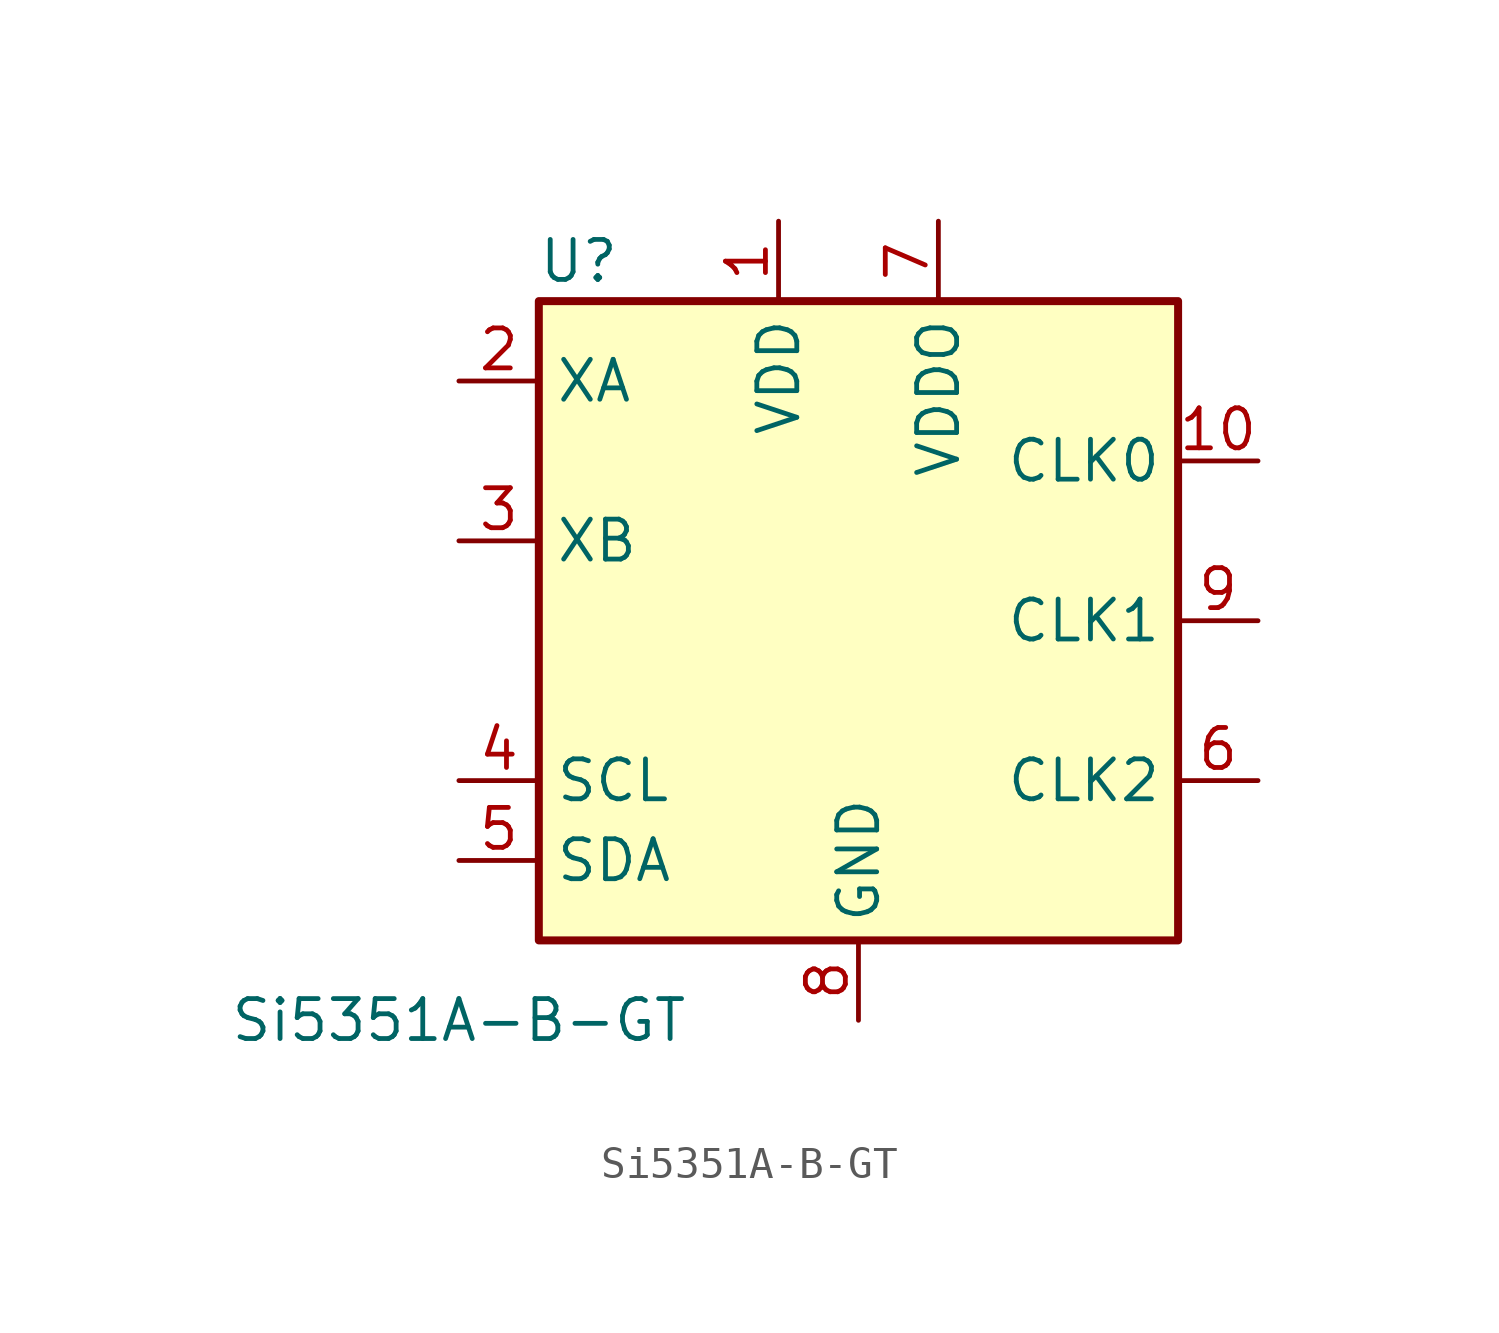
<source format=kicad_sym>
(kicad_symbol_lib
  (version 20241209)
  (generator "kicad_symbol_editor")
  (generator_version "9.0")
  (symbol "Si5351A-B-GT"
    (property "Reference" "U"
      (at -8.89 11.43 0)
      (effects (font (size 1.27 1.27))))
    (property "Value" "Si5351A-B-GT"
      (at -12.7 -12.7 0)
      (effects (font (size 1.27 1.27))))
    (symbol "Si5351A-B-GT_0_1"
      (rectangle (start -10.16 10.16) (end 10.16 -10.16) (stroke (width 0.254) (type default)) (fill (type background))))
    (symbol "Si5351A-B-GT_1_1"
      (pin input line (at -12.7 7.62 0) (length 2.54) (name "XA" (effects (font (size 1.27 1.27)))) (number "2" (effects (font (size 1.27 1.27)))))
      (pin input line (at -12.7 2.54 0) (length 2.54) (name "XB" (effects (font (size 1.27 1.27)))) (number "3" (effects (font (size 1.27 1.27)))))
      (pin input line (at -12.7 -5.08 0) (length 2.54) (name "SCL" (effects (font (size 1.27 1.27)))) (number "4" (effects (font (size 1.27 1.27)))))
      (pin bidirectional line (at -12.7 -7.62 0) (length 2.54) (name "SDA" (effects (font (size 1.27 1.27)))) (number "5" (effects (font (size 1.27 1.27)))))
      (pin power_in line (at -2.54 12.7 270) (length 2.54) (name "VDD" (effects (font (size 1.27 1.27)))) (number "1" (effects (font (size 1.27 1.27)))))
      (pin power_in line (at 0 -12.7 90) (length 2.54) (name "GND" (effects (font (size 1.27 1.27)))) (number "8" (effects (font (size 1.27 1.27)))))
      (pin power_in line (at 2.54 12.7 270) (length 2.54) (name "VDDO" (effects (font (size 1.27 1.27)))) (number "7" (effects (font (size 1.27 1.27)))))
      (pin output line (at 12.7 5.08 180) (length 2.54) (name "CLK0" (effects (font (size 1.27 1.27)))) (number "10" (effects (font (size 1.27 1.27)))))
      (pin output line (at 12.7 0 180) (length 2.54) (name "CLK1" (effects (font (size 1.27 1.27)))) (number "9" (effects (font (size 1.27 1.27)))))
      (pin output line (at 12.7 -5.08 180) (length 2.54) (name "CLK2" (effects (font (size 1.27 1.27)))) (number "6" (effects (font (size 1.27 1.27))))))))
</source>
